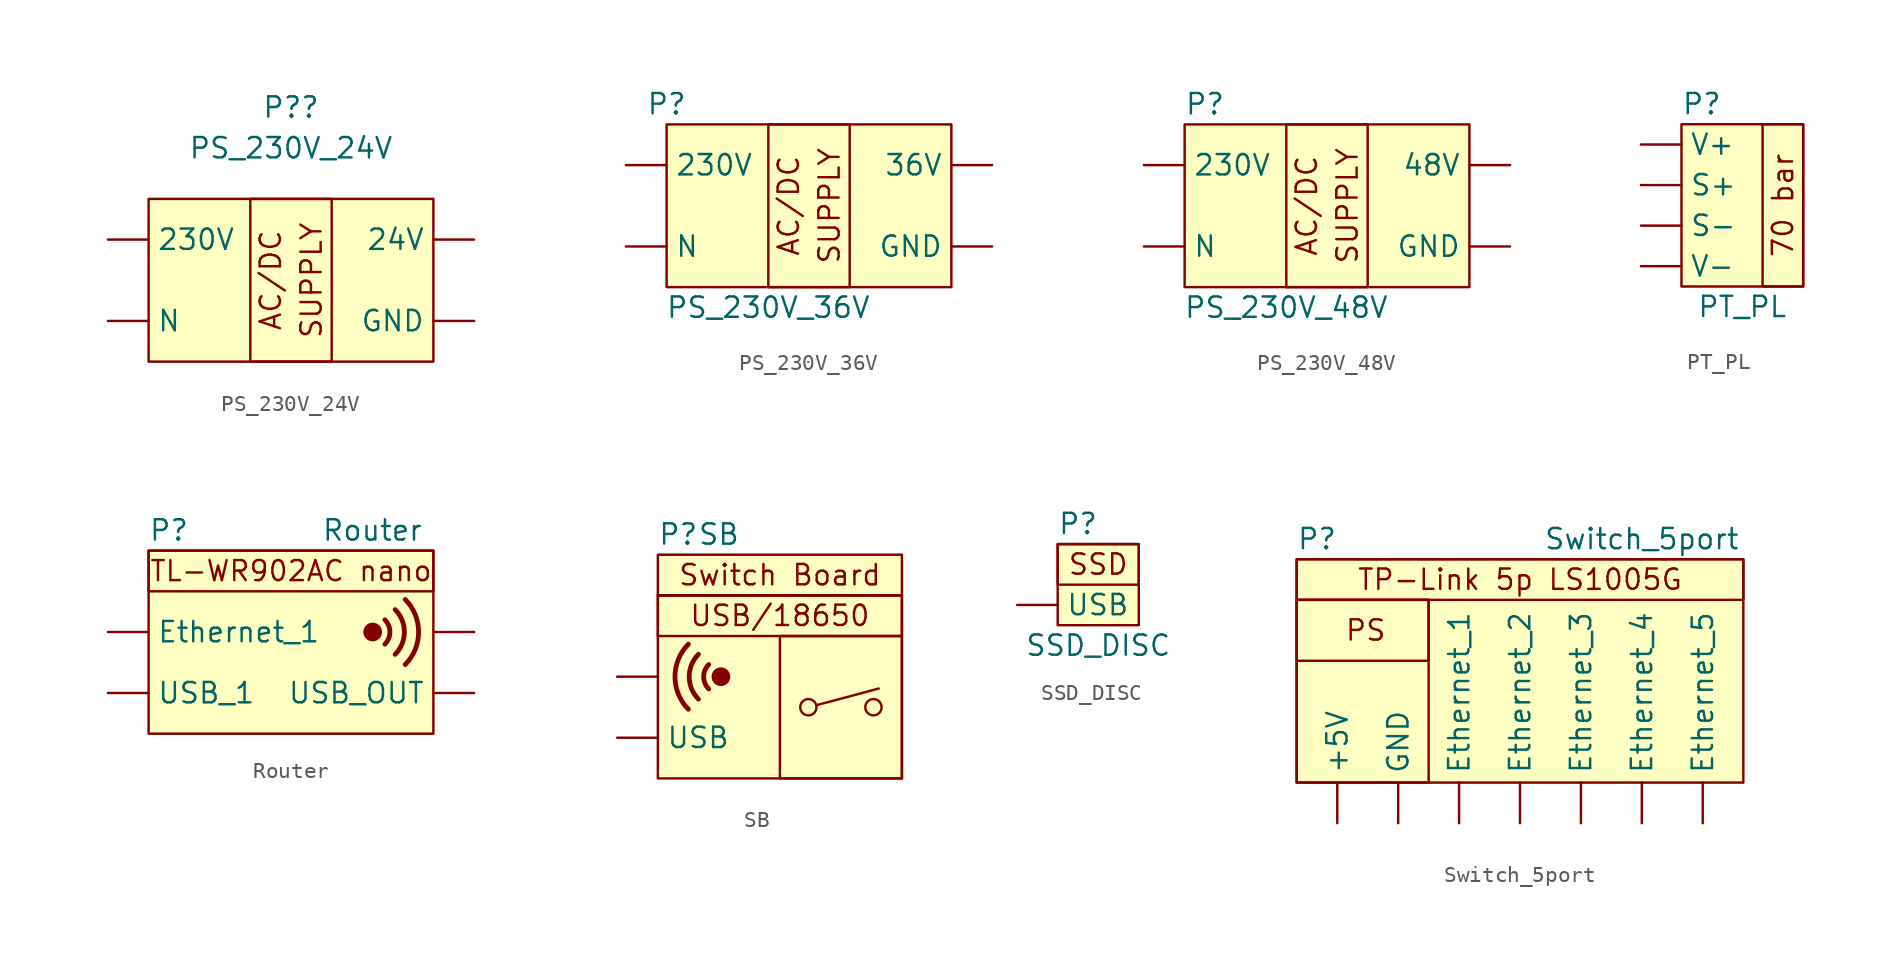
<source format=kicad_sym>
(kicad_symbol_lib
  (version 20211014)
  (generator kicad_symbol_editor)
  (symbol "PS_230V_24V"
    (property "Reference" "P?"
      (at 0 10.795 0)
      (effects (font (size 1.27 1.27))))
    (property "Value" "PS_230V_24V"
      (at 0 8.255 0)
      (effects (font (size 1.27 1.27))))
    (symbol "PS_230V_24V_0_0"
      (rectangle (start -2.54 5.08) (end 2.54 -5.08) (stroke (width 0) (type default) (color 0 0 0 0)) (fill (type none)))
      (text "AC/DC" (at -1.27 0 900) (effects (font (size 1.27 1.27))))
      (text "SUPPLY" (at 1.27 0 900) (effects (font (size 1.27 1.27)))))
    (symbol "PS_230V_24V_0_1"
      (rectangle (start -8.89 5.08) (end 8.89 -5.08) (stroke (width 0) (type default) (color 0 0 0 0)) (fill (type background))))
    (symbol "PS_230V_24V_1_1"
      (pin input line (at -11.43 2.54 0) (length 2.54) (name "230V" (effects (font (size 1.27 1.27)))) (number "" (effects (font (size 1.27 1.27)))))
      (pin output line (at 11.43 2.54 180) (length 2.54) (name "24V" (effects (font (size 1.27 1.27)))) (number "" (effects (font (size 1.27 1.27)))))
      (pin output line (at 11.43 -2.54 180) (length 2.54) (name "GND" (effects (font (size 1.27 1.27)))) (number "" (effects (font (size 1.27 1.27)))))
      (pin input line (at -11.43 -2.54 0) (length 2.54) (name "N" (effects (font (size 1.27 1.27)))) (number "" (effects (font (size 1.27 1.27)))))))
  (symbol "PS_230V_36V"
    (property "Reference" "P"
      (at -7.62 6.35 0)
      (effects (font (size 1.27 1.27))))
    (property "Value" "PS_230V_36V"
      (at -1.27 -6.35 0)
      (effects (font (size 1.27 1.27))))
    (symbol "PS_230V_36V_0_0"
      (rectangle (start -1.27 5.08) (end 3.81 -5.08) (stroke (width 0) (type default) (color 0 0 0 0)) (fill (type none)))
      (text "AC/DC" (at 0 0 900) (effects (font (size 1.27 1.27))))
      (text "SUPPLY" (at 2.54 0 900) (effects (font (size 1.27 1.27)))))
    (symbol "PS_230V_36V_0_1"
      (rectangle (start -7.62 5.08) (end 10.16 -5.08) (stroke (width 0) (type default) (color 0 0 0 0)) (fill (type background))))
    (symbol "PS_230V_36V_1_1"
      (pin input line (at -10.16 2.54 0) (length 2.54) (name "230V" (effects (font (size 1.27 1.27)))) (number "" (effects (font (size 1.27 1.27)))))
      (pin output line (at 12.7 2.54 180) (length 2.54) (name "36V" (effects (font (size 1.27 1.27)))) (number "" (effects (font (size 1.27 1.27)))))
      (pin output line (at 12.7 -2.54 180) (length 2.54) (name "GND" (effects (font (size 1.27 1.27)))) (number "" (effects (font (size 1.27 1.27)))))
      (pin input line (at -10.16 -2.54 0) (length 2.54) (name "N" (effects (font (size 1.27 1.27)))) (number "" (effects (font (size 1.27 1.27)))))))
  (symbol "PS_230V_48V"
    (property "Reference" "P"
      (at -7.62 6.35 0)
      (effects (font (size 1.27 1.27))))
    (property "Value" "PS_230V_48V"
      (at -2.54 -6.35 0)
      (effects (font (size 1.27 1.27))))
    (symbol "PS_230V_48V_0_0"
      (rectangle (start -2.54 5.08) (end 2.54 -5.08) (stroke (width 0) (type default) (color 0 0 0 0)) (fill (type none)))
      (text "AC/DC" (at -1.27 0 900) (effects (font (size 1.27 1.27))))
      (text "SUPPLY" (at 1.27 0 900) (effects (font (size 1.27 1.27)))))
    (symbol "PS_230V_48V_0_1"
      (rectangle (start -8.89 5.08) (end 8.89 -5.08) (stroke (width 0) (type default) (color 0 0 0 0)) (fill (type background))))
    (symbol "PS_230V_48V_1_1"
      (pin input line (at -11.43 2.54 0) (length 2.54) (name "230V" (effects (font (size 1.27 1.27)))) (number "" (effects (font (size 1.27 1.27)))))
      (pin output line (at 11.43 2.54 180) (length 2.54) (name "48V" (effects (font (size 1.27 1.27)))) (number "" (effects (font (size 1.27 1.27)))))
      (pin output line (at 11.43 -2.54 180) (length 2.54) (name "GND" (effects (font (size 1.27 1.27)))) (number "" (effects (font (size 1.27 1.27)))))
      (pin input line (at -11.43 -2.54 0) (length 2.54) (name "N" (effects (font (size 1.27 1.27)))) (number "" (effects (font (size 1.27 1.27)))))))
  (symbol "PT_PL"
    (property "Reference" "P"
      (at -2.54 6.35 0)
      (effects (font (size 1.27 1.27))))
    (property "Value" "PT_PL"
      (at 0 -6.35 0)
      (effects (font (size 1.27 1.27))))
    (symbol "PT_PL_0_0"
      (rectangle (start -3.81 5.08) (end 3.81 -5.08) (stroke (width 0) (type default) (color 0 0 0 0)) (fill (type background)))
      (rectangle (start 1.27 5.08) (end 3.81 -5.08) (stroke (width 0) (type default) (color 0 0 0 0)) (fill (type none)))
      (text "70 bar" (at 2.54 0 900) (effects (font (size 1.27 1.27)))))
    (symbol "PT_PL_1_1"
      (pin input line (at -6.35 1.27 0) (length 2.54) (name "S+" (effects (font (size 1.27 1.27)))) (number "" (effects (font (size 1.27 1.27)))))
      (pin input line (at -6.35 -1.27 0) (length 2.54) (name "S-" (effects (font (size 1.27 1.27)))) (number "" (effects (font (size 1.27 1.27)))))
      (pin input line (at -6.35 3.81 0) (length 2.54) (name "V+" (effects (font (size 1.27 1.27)))) (number "" (effects (font (size 1.27 1.27)))))
      (pin input line (at -6.35 -3.81 0) (length 2.54) (name "V-" (effects (font (size 1.27 1.27)))) (number "" (effects (font (size 1.27 1.27)))))))
  (symbol "Router"
    (property "Reference" "P"
      (at -7.62 6.35 0)
      (effects (font (size 1.27 1.27))))
    (property "Value" "Router"
      (at 5.08 6.35 0)
      (effects (font (size 1.27 1.27))))
    (symbol "Router_0_0"
      (circle (center 5.099 0) (radius 0.508) (stroke (width 0) (type default) (color 0 0 0 0)) (fill (type outline)))
      (arc (start 5.8615 -0.762) (mid 6.1771 0) (end 5.8615 0.762) (stroke (width 0.3) (type default) (color 0 0 0 0)) (fill (type none)))
      (arc (start 6.5028 -1.397) (mid 7.0796 0) (end 6.5028 1.397) (stroke (width 0.3) (type default) (color 0 0 0 0)) (fill (type none)))
      (arc (start 7.1315 -2.032) (mid 7.9675 0) (end 7.1315 2.032) (stroke (width 0.3) (type default) (color 0 0 0 0)) (fill (type none)))
      (text "TL-WR902AC nano" (at 0 3.81 0) (effects (font (size 1.25 1.25)))))
    (symbol "Router_0_1"
      (rectangle (start -8.89 5.08) (end 8.89 -6.35) (stroke (width 0) (type default) (color 0 0 0 0)) (fill (type background)))
      (rectangle (start -8.89 5.08) (end 8.89 2.54) (stroke (width 0) (type default) (color 0 0 0 0)) (fill (type none))))
    (symbol "Router_1_1"
      (pin output line (at 11.43 0 180) (length 2.54) (name "" (effects (font (size 1.27 1.27)))) (number "" (effects (font (size 1.27 1.27)))))
      (pin input line (at -11.43 0 0) (length 2.54) (name "Ethernet_1" (effects (font (size 1.27 1.27)))) (number "" (effects (font (size 1.27 1.27)))))
      (pin input line (at -11.43 -3.81 0) (length 2.54) (name "USB_1" (effects (font (size 1.27 1.27)))) (number "" (effects (font (size 1.27 1.27)))))
      (pin output line (at 11.43 -3.81 180) (length 2.54) (name "USB_OUT" (effects (font (size 1.27 1.27)))) (number "" (effects (font (size 1.27 1.27)))))))
  (symbol "SB"
    (property "Reference" "P"
      (at -6.35 8.89 0)
      (effects (font (size 1.27 1.27))))
    (property "Value" "SB"
      (at -3.81 8.89 0)
      (effects (font (size 1.27 1.27))))
    (symbol "SB_0_0"
      (rectangle (start -7.62 5.08) (end 7.62 -6.35) (stroke (width 0) (type default) (color 0 0 0 0)) (fill (type background)))
      (arc (start -5.715 2.032) (mid -6.551 0) (end -5.715 -2.032) (stroke (width 0.3) (type default) (color 0 0 0 0)) (fill (type none)))
      (arc (start -5.0863 1.397) (mid -5.6631 0) (end -5.0863 -1.397) (stroke (width 0.3) (type default) (color 0 0 0 0)) (fill (type none)))
      (arc (start -4.445 0.762) (mid -4.7606 0) (end -4.445 -0.762) (stroke (width 0.3) (type default) (color 0 0 0 0)) (fill (type none)))
      (circle (center -3.683 0) (radius 0.508) (stroke (width 0) (type default) (color 0 0 0 0)) (fill (type outline)))
      (polyline (pts (xy 2.286 -1.778) (xy 6.172 -0.737)) (stroke (width 0) (type default) (color 0 0 0 0)) (fill (type none)))
      (circle (center 1.778 -1.905) (radius 0.508) (stroke (width 0) (type default) (color 0 0 0 0)) (fill (type none)))
      (circle (center 5.842 -1.905) (radius 0.508) (stroke (width 0) (type default) (color 0 0 0 0)) (fill (type none)))
      (text "Switch Board" (at 0 6.35 0) (effects (font (size 1.27 1.27))))
      (text "USB/18650" (at 0 3.81 0) (effects (font (size 1.27 1.27)))))
    (symbol "SB_0_1"
      (rectangle (start -7.62 5.08) (end 7.62 2.54) (stroke (width 0) (type default) (color 0 0 0 0)) (fill (type none)))
      (rectangle (start -7.62 7.62) (end 7.62 5.08) (stroke (width 0) (type default) (color 0 0 0 0)) (fill (type background)))
      (rectangle (start 7.62 -6.35) (end 0 2.54) (stroke (width 0) (type default) (color 0 0 0 0)) (fill (type none))))
    (symbol "SB_1_1"
      (pin input line (at -10.16 -3.81 0) (length 2.54) (name "USB" (effects (font (size 1.27 1.27)))) (number "" (effects (font (size 1.27 1.27)))))
      (pin input line (at -10.16 0 0) (length 2.54) (name "~" (effects (font (size 1.27 1.27)))) (number "" (effects (font (size 1.27 1.27)))))))
  (symbol "SSD_DISC"
    (property "Reference" "P"
      (at -1.27 5.08 0)
      (effects (font (size 1.27 1.27))))
    (property "Value" "SSD_DISC"
      (at 0 -2.54 0)
      (effects (font (size 1.27 1.27))))
    (symbol "SSD_DISC_0_0"
      (rectangle (start -2.54 -1.27) (end 2.54 3.81) (stroke (width 0) (type default) (color 0 0 0 0)) (fill (type background)))
      (rectangle (start -2.54 3.81) (end 2.54 1.27) (stroke (width 0) (type default) (color 0 0 0 0)) (fill (type none)))
      (text "SSD" (at 0 2.54 0) (effects (font (size 1.27 1.27)))))
    (symbol "SSD_DISC_1_1"
      (pin power_in line (at -5.08 0 0) (length 2.54) (name "USB" (effects (font (size 1.27 1.27)))) (number "" (effects (font (size 1.27 1.27)))))))
  (symbol "Switch_5port"
    (property "Reference" "P"
      (at -12.7 8.89 0)
      (effects (font (size 1.27 1.27))))
    (property "Value" "Switch_5port"
      (at 7.62 8.89 0)
      (effects (font (size 1.27 1.27))))
    (symbol "Switch_5port_0_0"
      (rectangle (start -13.97 5.08) (end -5.715 1.27) (stroke (width 0) (type default) (color 0 0 0 0)) (fill (type none)))
      (rectangle (start -13.97 7.62) (end 13.97 5.08) (stroke (width 0) (type default) (color 0 0 0 0)) (fill (type none)))
      (text "PS" (at -9.652 3.175 0) (effects (font (size 1.27 1.27))))
      (text "TP-Link 5p LS1005G" (at 0 6.35 0) (effects (font (size 1.27 1.27)))))
    (symbol "Switch_5port_0_1"
      (rectangle (start -13.97 5.08) (end -5.715 -6.35) (stroke (width 0) (type default) (color 0 0 0 0)) (fill (type none)))
      (rectangle (start -13.97 7.62) (end 13.97 -6.35) (stroke (width 0) (type default) (color 0 0 0 0)) (fill (type background))))
    (symbol "Switch_5port_1_1"
      (pin power_in line (at -11.43 -8.89 90) (length 2.54) (name "+5V" (effects (font (size 1.27 1.27)))) (number "" (effects (font (size 1.27 1.27)))))
      (pin input line (at -3.81 -8.89 90) (length 2.54) (name "Ethernet_1" (effects (font (size 1.27 1.27)))) (number "" (effects (font (size 1.27 1.27)))))
      (pin input line (at 0 -8.89 90) (length 2.54) (name "Ethernet_2" (effects (font (size 1.27 1.27)))) (number "" (effects (font (size 1.27 1.27)))))
      (pin input line (at 3.81 -8.89 90) (length 2.54) (name "Ethernet_3" (effects (font (size 1.27 1.27)))) (number "" (effects (font (size 1.27 1.27)))))
      (pin input line (at 7.62 -8.89 90) (length 2.54) (name "Ethernet_4" (effects (font (size 1.27 1.27)))) (number "" (effects (font (size 1.27 1.27)))))
      (pin input line (at 11.43 -8.89 90) (length 2.54) (name "Ethernet_5" (effects (font (size 1.27 1.27)))) (number "" (effects (font (size 1.27 1.27)))))
      (pin power_in line (at -7.62 -8.89 90) (length 2.54) (name "GND" (effects (font (size 1.27 1.27)))) (number "" (effects (font (size 1.27 1.27))))))))
</source>
